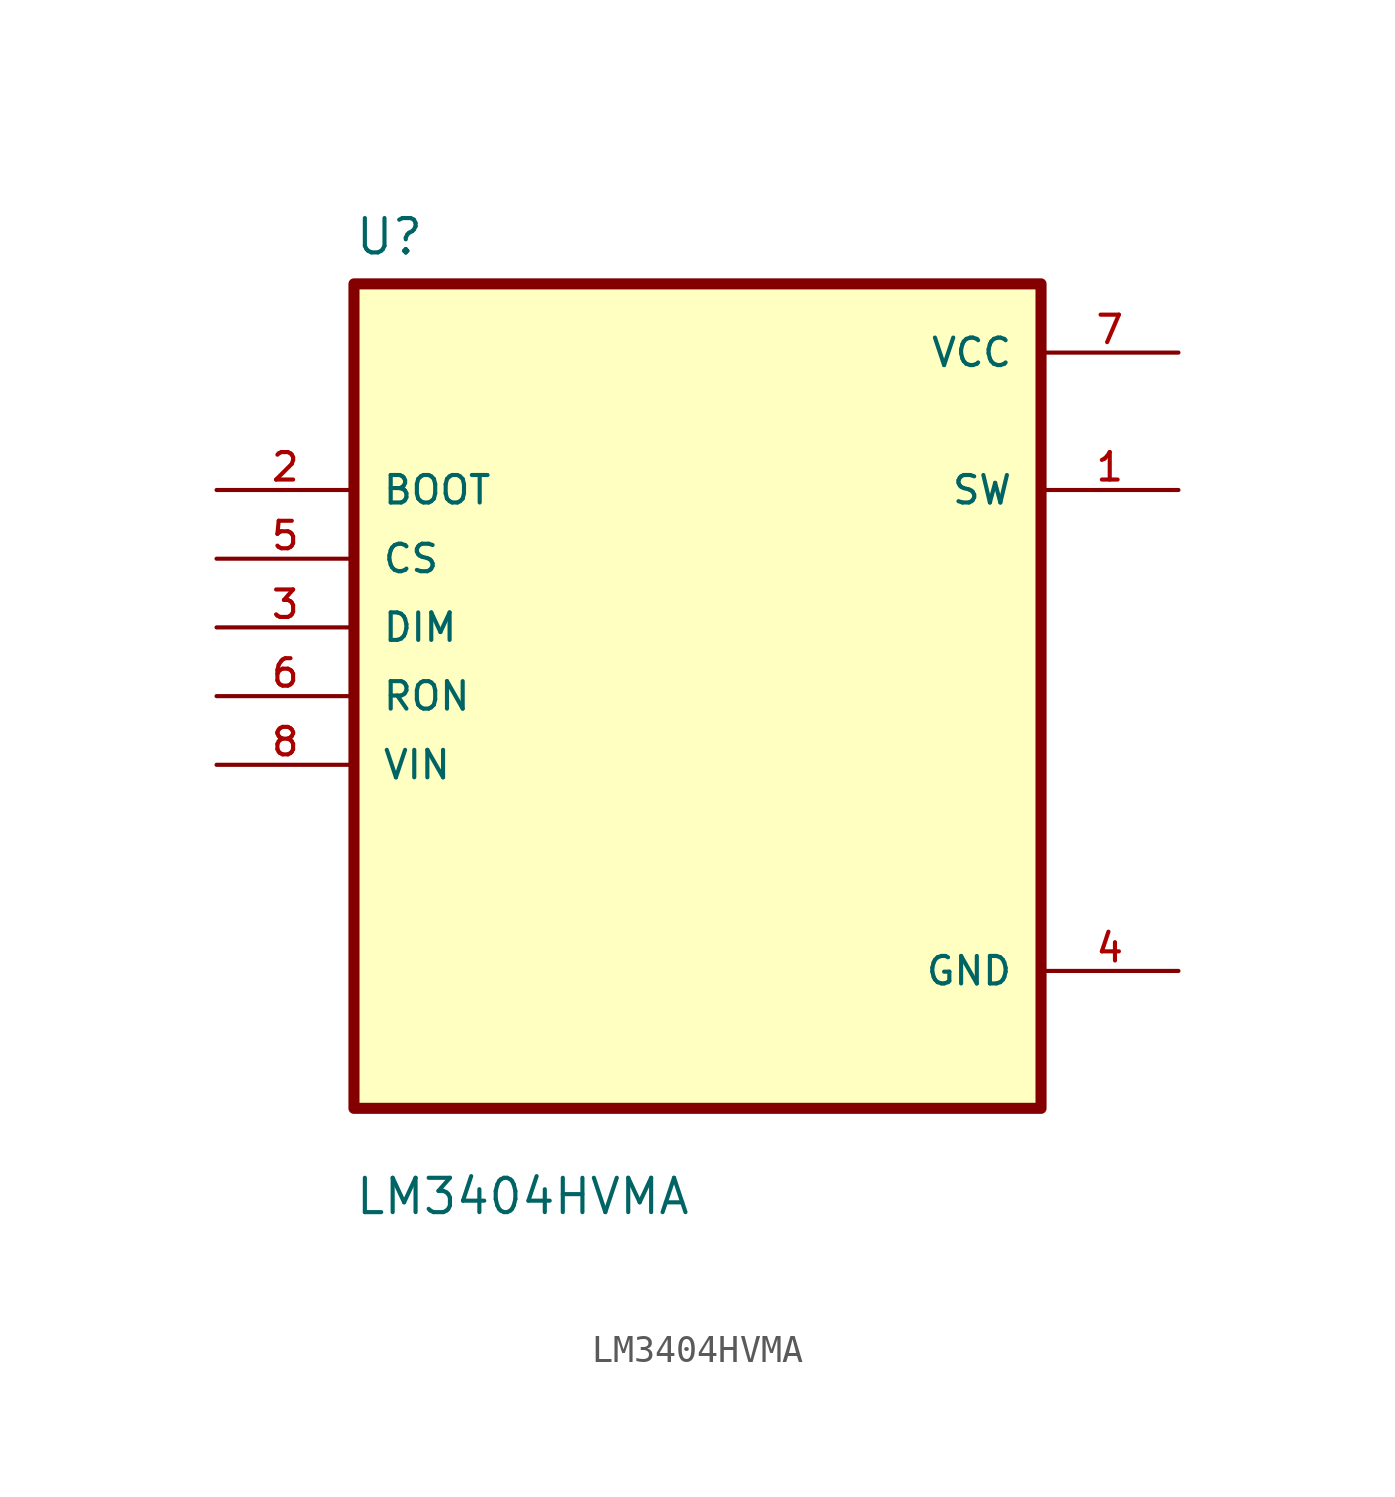
<source format=kicad_sym>
(kicad_symbol_lib
  (version 20211014)
  (generator kicad_symbol_editor)
  (symbol "LM3404HVMA"
    (pin_names
      (offset 1.016))
    (property "Reference" "U"
      (at -12.7 16.24 0.0)
      (effects (font (size 1.27 1.27)) (justify bottom left)))
    (property "Value" "LM3404HVMA"
      (at -12.7 -19.24 0.0)
      (effects (font (size 1.27 1.27)) (justify bottom left)))
    (symbol "LM3404HVMA_0_0"
      (rectangle (start -12.7 -15.24) (end 12.7 15.24) (stroke (width 0.41)) (fill (type background)))
      (pin input line (at -17.78 7.62 0) (length 5.08) (name "BOOT" (effects (font (size 1.016 1.016)))) (number "2" (effects (font (size 1.016 1.016)))))
      (pin input line (at -17.78 5.08 0) (length 5.08) (name "CS" (effects (font (size 1.016 1.016)))) (number "5" (effects (font (size 1.016 1.016)))))
      (pin input line (at -17.78 2.54 0) (length 5.08) (name "DIM" (effects (font (size 1.016 1.016)))) (number "3" (effects (font (size 1.016 1.016)))))
      (pin input line (at -17.78 0.0 0) (length 5.08) (name "RON" (effects (font (size 1.016 1.016)))) (number "6" (effects (font (size 1.016 1.016)))))
      (pin input line (at -17.78 -2.54 0) (length 5.08) (name "VIN" (effects (font (size 1.016 1.016)))) (number "8" (effects (font (size 1.016 1.016)))))
      (pin power_in line (at 17.78 12.7 180.0) (length 5.08) (name "VCC" (effects (font (size 1.016 1.016)))) (number "7" (effects (font (size 1.016 1.016)))))
      (pin output line (at 17.78 7.62 180.0) (length 5.08) (name "SW" (effects (font (size 1.016 1.016)))) (number "1" (effects (font (size 1.016 1.016)))))
      (pin power_in line (at 17.78 -10.16 180.0) (length 5.08) (name "GND" (effects (font (size 1.016 1.016)))) (number "4" (effects (font (size 1.016 1.016))))))))
</source>
